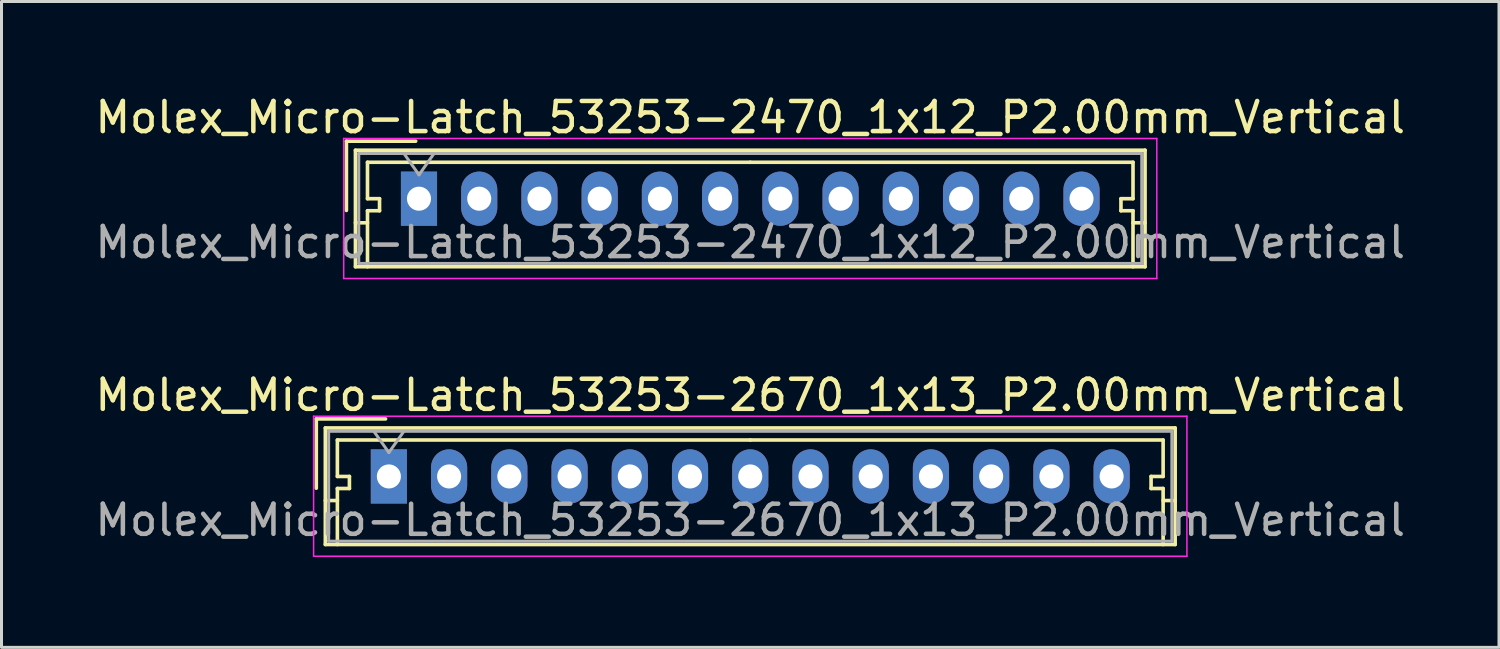
<source format=kicad_pcb>
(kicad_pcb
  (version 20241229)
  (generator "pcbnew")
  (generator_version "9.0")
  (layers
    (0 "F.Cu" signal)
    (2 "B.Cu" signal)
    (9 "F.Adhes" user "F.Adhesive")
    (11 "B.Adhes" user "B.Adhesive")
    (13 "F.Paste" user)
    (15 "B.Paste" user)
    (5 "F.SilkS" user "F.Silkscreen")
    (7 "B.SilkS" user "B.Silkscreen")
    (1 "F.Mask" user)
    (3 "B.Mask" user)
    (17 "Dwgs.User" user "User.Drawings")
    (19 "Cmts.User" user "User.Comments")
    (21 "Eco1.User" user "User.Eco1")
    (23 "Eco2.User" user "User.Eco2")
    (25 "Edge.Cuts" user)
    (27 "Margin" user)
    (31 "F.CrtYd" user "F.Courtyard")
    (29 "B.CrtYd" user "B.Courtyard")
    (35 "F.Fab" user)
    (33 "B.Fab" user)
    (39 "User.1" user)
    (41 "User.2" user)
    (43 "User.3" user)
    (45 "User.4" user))
  (footprint "Molex_Micro-Latch_53253-2670_1x13_P2.00mm_Vertical"
    (layer "F.Cu")
    (at 9.863 12.771)
    (property "Reference" "Molex_Micro-Latch_53253-2670_1x13_P2.00mm_Vertical" (at 12 -2.7 0) (layer "F.SilkS") (effects (font (size 1 1) (thickness 0.15))))
    (attr through_hole)
    (fp_line (start -2.41 -1.91) (end -2.41 0.39) (stroke (width 0.12) (type solid)) (layer "F.SilkS"))
    (fp_line (start -2.11 -1.61) (end -2.11 2.26) (stroke (width 0.12) (type solid)) (layer "F.SilkS"))
    (fp_line (start -2.11 0.8) (end -1.71 0.8) (stroke (width 0.12) (type solid)) (layer "F.SilkS"))
    (fp_line (start -2.11 2.26) (end 26.11 2.26) (stroke (width 0.12) (type solid)) (layer "F.SilkS"))
    (fp_line (start -1.71 -1.21) (end -1.71 0) (stroke (width 0.12) (type solid)) (layer "F.SilkS"))
    (fp_line (start -1.71 0) (end -1.31 0) (stroke (width 0.12) (type solid)) (layer "F.SilkS"))
    (fp_line (start -1.71 0.4) (end -1.71 2.26) (stroke (width 0.12) (type solid)) (layer "F.SilkS"))
    (fp_line (start -1.31 0) (end -1.31 0.4) (stroke (width 0.12) (type solid)) (layer "F.SilkS"))
    (fp_line (start -1.31 0.4) (end -1.71 0.4) (stroke (width 0.12) (type solid)) (layer "F.SilkS"))
    (fp_line (start -0.11 -1.91) (end -2.41 -1.91) (stroke (width 0.12) (type solid)) (layer "F.SilkS"))
    (fp_line (start 12 -1.21) (end -1.71 -1.21) (stroke (width 0.12) (type solid)) (layer "F.SilkS"))
    (fp_line (start 12 -1.21) (end 25.71 -1.21) (stroke (width 0.12) (type solid)) (layer "F.SilkS"))
    (fp_line (start 25.31 0) (end 25.31 0.4) (stroke (width 0.12) (type solid)) (layer "F.SilkS"))
    (fp_line (start 25.31 0.4) (end 25.71 0.4) (stroke (width 0.12) (type solid)) (layer "F.SilkS"))
    (fp_line (start 25.71 -1.21) (end 25.71 0) (stroke (width 0.12) (type solid)) (layer "F.SilkS"))
    (fp_line (start 25.71 0) (end 25.31 0) (stroke (width 0.12) (type solid)) (layer "F.SilkS"))
    (fp_line (start 25.71 0.4) (end 25.71 2.26) (stroke (width 0.12) (type solid)) (layer "F.SilkS"))
    (fp_line (start 26.11 -1.61) (end -2.11 -1.61) (stroke (width 0.12) (type solid)) (layer "F.SilkS"))
    (fp_line (start 26.11 0.8) (end 25.71 0.8) (stroke (width 0.12) (type solid)) (layer "F.SilkS"))
    (fp_line (start 26.11 2.26) (end 26.11 -1.61) (stroke (width 0.12) (type solid)) (layer "F.SilkS"))
    (fp_line (start -2.5 -2) (end -2.5 2.65) (stroke (width 0.05) (type solid)) (layer "F.CrtYd"))
    (fp_line (start -2.5 2.65) (end 26.5 2.65) (stroke (width 0.05) (type solid)) (layer "F.CrtYd"))
    (fp_line (start 26.5 -2) (end -2.5 -2) (stroke (width 0.05) (type solid)) (layer "F.CrtYd"))
    (fp_line (start 26.5 2.65) (end 26.5 -2) (stroke (width 0.05) (type solid)) (layer "F.CrtYd"))
    (fp_line (start -2 -1.5) (end -2 2.15) (stroke (width 0.1) (type solid)) (layer "F.Fab"))
    (fp_line (start -2 2.15) (end 26 2.15) (stroke (width 0.1) (type solid)) (layer "F.Fab"))
    (fp_line (start -0.5 -1.5) (end 0 -0.793) (stroke (width 0.1) (type solid)) (layer "F.Fab"))
    (fp_line (start 0 -0.793) (end 0.5 -1.5) (stroke (width 0.1) (type solid)) (layer "F.Fab"))
    (fp_line (start 26 -1.5) (end -2 -1.5) (stroke (width 0.1) (type solid)) (layer "F.Fab"))
    (fp_line (start 26 2.15) (end 26 -1.5) (stroke (width 0.1) (type solid)) (layer "F.Fab"))
    (fp_text user "${REFERENCE}" (at 12 1.45 0) (layer "F.Fab") (effects (font (size 1 1) (thickness 0.15))))
    (pad "1" thru_hole rect (at 0 0) (size 1.2 1.8) (drill 0.8) (layers "*.Cu" "*.Mask"))
    (pad "2" thru_hole oval (at 2 0) (size 1.2 1.8) (drill 0.8) (layers "*.Cu" "*.Mask"))
    (pad "3" thru_hole oval (at 4 0) (size 1.2 1.8) (drill 0.8) (layers "*.Cu" "*.Mask"))
    (pad "4" thru_hole oval (at 6 0) (size 1.2 1.8) (drill 0.8) (layers "*.Cu" "*.Mask"))
    (pad "5" thru_hole oval (at 8 0) (size 1.2 1.8) (drill 0.8) (layers "*.Cu" "*.Mask"))
    (pad "6" thru_hole oval (at 10 0) (size 1.2 1.8) (drill 0.8) (layers "*.Cu" "*.Mask"))
    (pad "7" thru_hole oval (at 12 0) (size 1.2 1.8) (drill 0.8) (layers "*.Cu" "*.Mask"))
    (pad "8" thru_hole oval (at 14 0) (size 1.2 1.8) (drill 0.8) (layers "*.Cu" "*.Mask"))
    (pad "9" thru_hole oval (at 16 0) (size 1.2 1.8) (drill 0.8) (layers "*.Cu" "*.Mask"))
    (pad "10" thru_hole oval (at 18 0) (size 1.2 1.8) (drill 0.8) (layers "*.Cu" "*.Mask"))
    (pad "11" thru_hole oval (at 20 0) (size 1.2 1.8) (drill 0.8) (layers "*.Cu" "*.Mask"))
    (pad "12" thru_hole oval (at 22 0) (size 1.2 1.8) (drill 0.8) (layers "*.Cu" "*.Mask"))
    (pad "13" thru_hole oval (at 24 0) (size 1.2 1.8) (drill 0.8) (layers "*.Cu" "*.Mask")))
  (footprint "Molex_Micro-Latch_53253-2470_1x12_P2.00mm_Vertical"
    (layer "F.Cu")
    (at 10.863 3.548)
    (property "Reference" "Molex_Micro-Latch_53253-2470_1x12_P2.00mm_Vertical" (at 11 -2.7 0) (layer "F.SilkS") (effects (font (size 1 1) (thickness 0.15))))
    (attr through_hole)
    (fp_line (start -2.41 -1.91) (end -2.41 0.39) (stroke (width 0.12) (type solid)) (layer "F.SilkS"))
    (fp_line (start -2.11 -1.61) (end -2.11 2.26) (stroke (width 0.12) (type solid)) (layer "F.SilkS"))
    (fp_line (start -2.11 0.8) (end -1.71 0.8) (stroke (width 0.12) (type solid)) (layer "F.SilkS"))
    (fp_line (start -2.11 2.26) (end 24.11 2.26) (stroke (width 0.12) (type solid)) (layer "F.SilkS"))
    (fp_line (start -1.71 -1.21) (end -1.71 0) (stroke (width 0.12) (type solid)) (layer "F.SilkS"))
    (fp_line (start -1.71 0) (end -1.31 0) (stroke (width 0.12) (type solid)) (layer "F.SilkS"))
    (fp_line (start -1.71 0.4) (end -1.71 2.26) (stroke (width 0.12) (type solid)) (layer "F.SilkS"))
    (fp_line (start -1.31 0) (end -1.31 0.4) (stroke (width 0.12) (type solid)) (layer "F.SilkS"))
    (fp_line (start -1.31 0.4) (end -1.71 0.4) (stroke (width 0.12) (type solid)) (layer "F.SilkS"))
    (fp_line (start -0.11 -1.91) (end -2.41 -1.91) (stroke (width 0.12) (type solid)) (layer "F.SilkS"))
    (fp_line (start 11 -1.21) (end -1.71 -1.21) (stroke (width 0.12) (type solid)) (layer "F.SilkS"))
    (fp_line (start 11 -1.21) (end 23.71 -1.21) (stroke (width 0.12) (type solid)) (layer "F.SilkS"))
    (fp_line (start 23.31 0) (end 23.31 0.4) (stroke (width 0.12) (type solid)) (layer "F.SilkS"))
    (fp_line (start 23.31 0.4) (end 23.71 0.4) (stroke (width 0.12) (type solid)) (layer "F.SilkS"))
    (fp_line (start 23.71 -1.21) (end 23.71 0) (stroke (width 0.12) (type solid)) (layer "F.SilkS"))
    (fp_line (start 23.71 0) (end 23.31 0) (stroke (width 0.12) (type solid)) (layer "F.SilkS"))
    (fp_line (start 23.71 0.4) (end 23.71 2.26) (stroke (width 0.12) (type solid)) (layer "F.SilkS"))
    (fp_line (start 24.11 -1.61) (end -2.11 -1.61) (stroke (width 0.12) (type solid)) (layer "F.SilkS"))
    (fp_line (start 24.11 0.8) (end 23.71 0.8) (stroke (width 0.12) (type solid)) (layer "F.SilkS"))
    (fp_line (start 24.11 2.26) (end 24.11 -1.61) (stroke (width 0.12) (type solid)) (layer "F.SilkS"))
    (fp_line (start -2.5 -2) (end -2.5 2.65) (stroke (width 0.05) (type solid)) (layer "F.CrtYd"))
    (fp_line (start -2.5 2.65) (end 24.5 2.65) (stroke (width 0.05) (type solid)) (layer "F.CrtYd"))
    (fp_line (start 24.5 -2) (end -2.5 -2) (stroke (width 0.05) (type solid)) (layer "F.CrtYd"))
    (fp_line (start 24.5 2.65) (end 24.5 -2) (stroke (width 0.05) (type solid)) (layer "F.CrtYd"))
    (fp_line (start -2 -1.5) (end -2 2.15) (stroke (width 0.1) (type solid)) (layer "F.Fab"))
    (fp_line (start -2 2.15) (end 24 2.15) (stroke (width 0.1) (type solid)) (layer "F.Fab"))
    (fp_line (start -0.5 -1.5) (end 0 -0.793) (stroke (width 0.1) (type solid)) (layer "F.Fab"))
    (fp_line (start 0 -0.793) (end 0.5 -1.5) (stroke (width 0.1) (type solid)) (layer "F.Fab"))
    (fp_line (start 24 -1.5) (end -2 -1.5) (stroke (width 0.1) (type solid)) (layer "F.Fab"))
    (fp_line (start 24 2.15) (end 24 -1.5) (stroke (width 0.1) (type solid)) (layer "F.Fab"))
    (fp_text user "${REFERENCE}" (at 11 1.45 0) (layer "F.Fab") (effects (font (size 1 1) (thickness 0.15))))
    (pad "1" thru_hole rect (at 0 0) (size 1.2 1.8) (drill 0.8) (layers "*.Cu" "*.Mask"))
    (pad "2" thru_hole oval (at 2 0) (size 1.2 1.8) (drill 0.8) (layers "*.Cu" "*.Mask"))
    (pad "3" thru_hole oval (at 4 0) (size 1.2 1.8) (drill 0.8) (layers "*.Cu" "*.Mask"))
    (pad "4" thru_hole oval (at 6 0) (size 1.2 1.8) (drill 0.8) (layers "*.Cu" "*.Mask"))
    (pad "5" thru_hole oval (at 8 0) (size 1.2 1.8) (drill 0.8) (layers "*.Cu" "*.Mask"))
    (pad "6" thru_hole oval (at 10 0) (size 1.2 1.8) (drill 0.8) (layers "*.Cu" "*.Mask"))
    (pad "7" thru_hole oval (at 12 0) (size 1.2 1.8) (drill 0.8) (layers "*.Cu" "*.Mask"))
    (pad "8" thru_hole oval (at 14 0) (size 1.2 1.8) (drill 0.8) (layers "*.Cu" "*.Mask"))
    (pad "9" thru_hole oval (at 16 0) (size 1.2 1.8) (drill 0.8) (layers "*.Cu" "*.Mask"))
    (pad "10" thru_hole oval (at 18 0) (size 1.2 1.8) (drill 0.8) (layers "*.Cu" "*.Mask"))
    (pad "11" thru_hole oval (at 20 0) (size 1.2 1.8) (drill 0.8) (layers "*.Cu" "*.Mask"))
    (pad "12" thru_hole oval (at 22 0) (size 1.2 1.8) (drill 0.8) (layers "*.Cu" "*.Mask")))
  (gr_rect
    (start -3 -3)
    (end 46.726 18.447)
    (stroke (width 0.1) (type default))
    (fill no)
    (layer "Edge.Cuts")))
</source>
